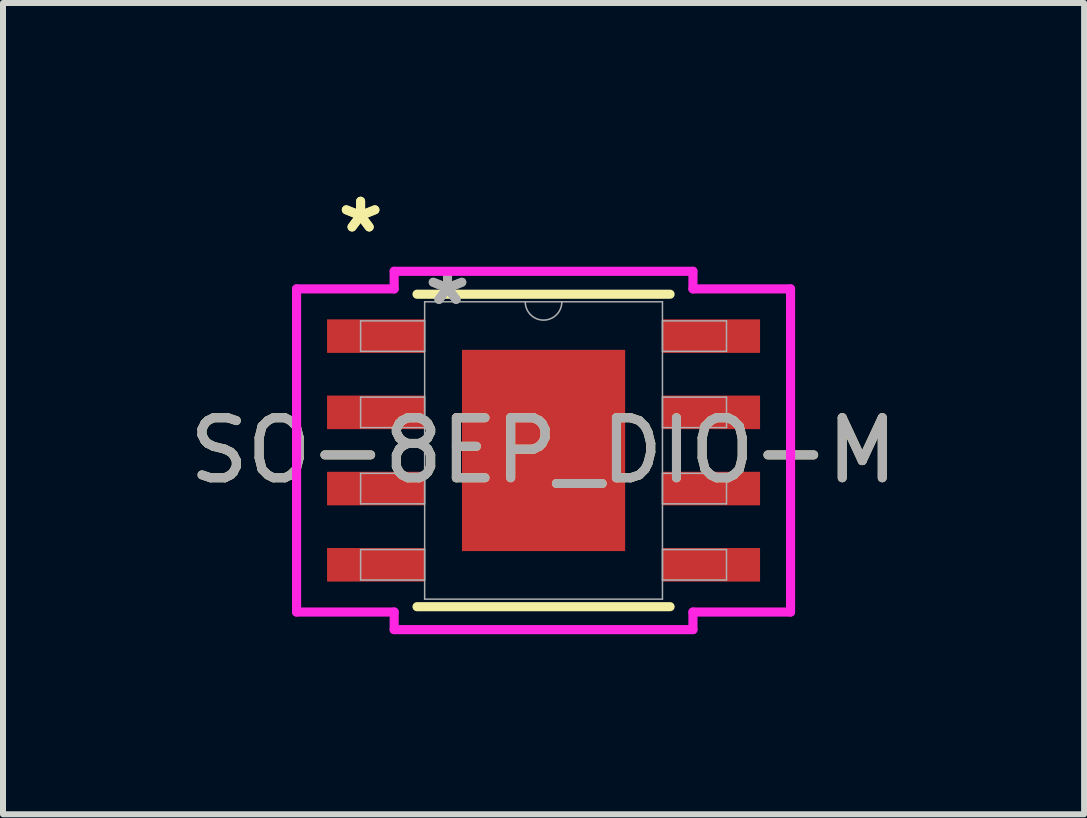
<source format=kicad_pcb>
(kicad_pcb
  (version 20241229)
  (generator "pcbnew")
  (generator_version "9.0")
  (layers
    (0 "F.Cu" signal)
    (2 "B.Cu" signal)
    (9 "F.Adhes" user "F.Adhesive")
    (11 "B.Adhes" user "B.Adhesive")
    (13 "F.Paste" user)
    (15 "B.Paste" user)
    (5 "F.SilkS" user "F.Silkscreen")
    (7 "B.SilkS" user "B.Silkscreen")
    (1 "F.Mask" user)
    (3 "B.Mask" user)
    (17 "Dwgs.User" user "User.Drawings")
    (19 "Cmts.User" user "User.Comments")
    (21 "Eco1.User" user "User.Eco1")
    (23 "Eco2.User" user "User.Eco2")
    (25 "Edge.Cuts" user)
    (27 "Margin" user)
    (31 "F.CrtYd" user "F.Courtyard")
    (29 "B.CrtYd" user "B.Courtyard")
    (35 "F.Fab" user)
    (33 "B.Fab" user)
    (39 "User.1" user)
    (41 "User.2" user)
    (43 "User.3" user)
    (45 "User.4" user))
  (footprint "SO-8EP_DIO-M"
    (layer "F.Cu")
    (at 6.006 4.455)
    (property "Reference" "SO-8EP_DIO-M" (at 0 0 0) (unlocked yes) (layer "F.SilkS") (effects (font (size 1 1) (thickness 0.15))))
    (attr smd)
    (fp_line (start -2.108 2.603) (end 2.108 2.603) (stroke (width 0.152) (type solid)) (layer "F.SilkS"))
    (fp_line (start 2.108 -2.603) (end -2.108 -2.603) (stroke (width 0.152) (type solid)) (layer "F.SilkS"))
    (fp_poly (pts (xy -1.259 -1.576) (xy -1.259 -0.1) (xy -0.1 -0.1) (xy -0.1 -1.576)) (stroke (width 0) (type solid)) (fill yes) (layer "F.Paste"))
    (fp_poly (pts (xy -1.259 0.1) (xy -1.259 1.576) (xy -0.1 1.576) (xy -0.1 0.1)) (stroke (width 0) (type solid)) (fill yes) (layer "F.Paste"))
    (fp_poly (pts (xy 0.1 -1.576) (xy 0.1 -0.1) (xy 1.259 -0.1) (xy 1.259 -1.576)) (stroke (width 0) (type solid)) (fill yes) (layer "F.Paste"))
    (fp_poly (pts (xy 0.1 0.1) (xy 0.1 1.576) (xy 1.259 1.576) (xy 1.259 0.1)) (stroke (width 0) (type solid)) (fill yes) (layer "F.Paste"))
    (fp_line (start -4.115 -2.692) (end -2.489 -2.692) (stroke (width 0.152) (type solid)) (layer "F.CrtYd"))
    (fp_line (start -4.115 2.692) (end -4.115 -2.692) (stroke (width 0.152) (type solid)) (layer "F.CrtYd"))
    (fp_line (start -4.115 2.692) (end -2.489 2.692) (stroke (width 0.152) (type solid)) (layer "F.CrtYd"))
    (fp_line (start -2.489 -2.985) (end 2.489 -2.985) (stroke (width 0.152) (type solid)) (layer "F.CrtYd"))
    (fp_line (start -2.489 -2.692) (end -2.489 -2.985) (stroke (width 0.152) (type solid)) (layer "F.CrtYd"))
    (fp_line (start -2.489 2.985) (end -2.489 2.692) (stroke (width 0.152) (type solid)) (layer "F.CrtYd"))
    (fp_line (start 2.489 -2.985) (end 2.489 -2.692) (stroke (width 0.152) (type solid)) (layer "F.CrtYd"))
    (fp_line (start 2.489 2.692) (end 2.489 2.985) (stroke (width 0.152) (type solid)) (layer "F.CrtYd"))
    (fp_line (start 2.489 2.985) (end -2.489 2.985) (stroke (width 0.152) (type solid)) (layer "F.CrtYd"))
    (fp_line (start 4.115 -2.692) (end 2.489 -2.692) (stroke (width 0.152) (type solid)) (layer "F.CrtYd"))
    (fp_line (start 4.115 -2.692) (end 4.115 2.692) (stroke (width 0.152) (type solid)) (layer "F.CrtYd"))
    (fp_line (start 4.115 2.692) (end 2.489 2.692) (stroke (width 0.152) (type solid)) (layer "F.CrtYd"))
    (fp_line (start -3.048 -2.159) (end -3.048 -1.651) (stroke (width 0.025) (type solid)) (layer "F.Fab"))
    (fp_line (start -3.048 -1.651) (end -1.981 -1.651) (stroke (width 0.025) (type solid)) (layer "F.Fab"))
    (fp_line (start -3.048 -0.889) (end -3.048 -0.381) (stroke (width 0.025) (type solid)) (layer "F.Fab"))
    (fp_line (start -3.048 -0.381) (end -1.981 -0.381) (stroke (width 0.025) (type solid)) (layer "F.Fab"))
    (fp_line (start -3.048 0.381) (end -3.048 0.889) (stroke (width 0.025) (type solid)) (layer "F.Fab"))
    (fp_line (start -3.048 0.889) (end -1.981 0.889) (stroke (width 0.025) (type solid)) (layer "F.Fab"))
    (fp_line (start -3.048 1.651) (end -3.048 2.159) (stroke (width 0.025) (type solid)) (layer "F.Fab"))
    (fp_line (start -3.048 2.159) (end -1.981 2.159) (stroke (width 0.025) (type solid)) (layer "F.Fab"))
    (fp_line (start -1.981 -2.477) (end -1.981 2.477) (stroke (width 0.025) (type solid)) (layer "F.Fab"))
    (fp_line (start -1.981 -2.159) (end -3.048 -2.159) (stroke (width 0.025) (type solid)) (layer "F.Fab"))
    (fp_line (start -1.981 -1.651) (end -1.981 -2.159) (stroke (width 0.025) (type solid)) (layer "F.Fab"))
    (fp_line (start -1.981 -0.889) (end -3.048 -0.889) (stroke (width 0.025) (type solid)) (layer "F.Fab"))
    (fp_line (start -1.981 -0.381) (end -1.981 -0.889) (stroke (width 0.025) (type solid)) (layer "F.Fab"))
    (fp_line (start -1.981 0.381) (end -3.048 0.381) (stroke (width 0.025) (type solid)) (layer "F.Fab"))
    (fp_line (start -1.981 0.889) (end -1.981 0.381) (stroke (width 0.025) (type solid)) (layer "F.Fab"))
    (fp_line (start -1.981 1.651) (end -3.048 1.651) (stroke (width 0.025) (type solid)) (layer "F.Fab"))
    (fp_line (start -1.981 2.159) (end -1.981 1.651) (stroke (width 0.025) (type solid)) (layer "F.Fab"))
    (fp_line (start -1.981 2.477) (end 1.981 2.477) (stroke (width 0.025) (type solid)) (layer "F.Fab"))
    (fp_line (start 1.981 -2.477) (end -1.981 -2.477) (stroke (width 0.025) (type solid)) (layer "F.Fab"))
    (fp_line (start 1.981 -2.159) (end 1.981 -1.651) (stroke (width 0.025) (type solid)) (layer "F.Fab"))
    (fp_line (start 1.981 -1.651) (end 3.048 -1.651) (stroke (width 0.025) (type solid)) (layer "F.Fab"))
    (fp_line (start 1.981 -0.889) (end 1.981 -0.381) (stroke (width 0.025) (type solid)) (layer "F.Fab"))
    (fp_line (start 1.981 -0.381) (end 3.048 -0.381) (stroke (width 0.025) (type solid)) (layer "F.Fab"))
    (fp_line (start 1.981 0.381) (end 1.981 0.889) (stroke (width 0.025) (type solid)) (layer "F.Fab"))
    (fp_line (start 1.981 0.889) (end 3.048 0.889) (stroke (width 0.025) (type solid)) (layer "F.Fab"))
    (fp_line (start 1.981 1.651) (end 1.981 2.159) (stroke (width 0.025) (type solid)) (layer "F.Fab"))
    (fp_line (start 1.981 2.159) (end 3.048 2.159) (stroke (width 0.025) (type solid)) (layer "F.Fab"))
    (fp_line (start 1.981 2.477) (end 1.981 -2.477) (stroke (width 0.025) (type solid)) (layer "F.Fab"))
    (fp_line (start 3.048 -2.159) (end 1.981 -2.159) (stroke (width 0.025) (type solid)) (layer "F.Fab"))
    (fp_line (start 3.048 -1.651) (end 3.048 -2.159) (stroke (width 0.025) (type solid)) (layer "F.Fab"))
    (fp_line (start 3.048 -0.889) (end 1.981 -0.889) (stroke (width 0.025) (type solid)) (layer "F.Fab"))
    (fp_line (start 3.048 -0.381) (end 3.048 -0.889) (stroke (width 0.025) (type solid)) (layer "F.Fab"))
    (fp_line (start 3.048 0.381) (end 1.981 0.381) (stroke (width 0.025) (type solid)) (layer "F.Fab"))
    (fp_line (start 3.048 0.889) (end 3.048 0.381) (stroke (width 0.025) (type solid)) (layer "F.Fab"))
    (fp_line (start 3.048 1.651) (end 1.981 1.651) (stroke (width 0.025) (type solid)) (layer "F.Fab"))
    (fp_line (start 3.048 2.159) (end 3.048 1.651) (stroke (width 0.025) (type solid)) (layer "F.Fab"))
    (fp_arc (start 0.3048 -2.4765) (mid 0 -2.1717) (end -0.3048 -2.4765) (stroke (width 0.0254) (type solid)) (layer "F.Fab"))
    (fp_text user "*" (at -3.048 -3.607 0) (unlocked yes) (layer "F.SilkS") (effects (font (size 1 1) (thickness 0.15))))
    (fp_text user "*" (at -3.048 -3.607 0) (layer "F.SilkS") (effects (font (size 1 1) (thickness 0.15))))
    (fp_text user "*" (at -1.6 -2.4 0) (layer "F.Fab") (effects (font (size 1 1) (thickness 0.15))))
    (fp_text user "${REFERENCE}" (at 0 0 0) (unlocked yes) (layer "F.Fab") (effects (font (size 1 1) (thickness 0.15))))
    (fp_text user "*" (at -1.6 -2.4 0) (unlocked yes) (layer "F.Fab") (effects (font (size 1 1) (thickness 0.15))))
    (pad "1" smd rect (at -2.794 -1.905) (size 1.626 0.559) (layers "F.Cu" "F.Mask" "F.Paste"))
    (pad "2" smd rect (at -2.794 -0.635) (size 1.626 0.559) (layers "F.Cu" "F.Mask" "F.Paste"))
    (pad "3" smd rect (at -2.794 0.635) (size 1.626 0.559) (layers "F.Cu" "F.Mask" "F.Paste"))
    (pad "4" smd rect (at -2.794 1.905) (size 1.626 0.559) (layers "F.Cu" "F.Mask" "F.Paste"))
    (pad "5" smd rect (at 2.794 1.905) (size 1.626 0.559) (layers "F.Cu" "F.Mask" "F.Paste"))
    (pad "6" smd rect (at 2.794 0.635) (size 1.626 0.559) (layers "F.Cu" "F.Mask" "F.Paste"))
    (pad "7" smd rect (at 2.794 -0.635) (size 1.626 0.559) (layers "F.Cu" "F.Mask" "F.Paste"))
    (pad "8" smd rect (at 2.794 -1.905) (size 1.626 0.559) (layers "F.Cu" "F.Mask" "F.Paste"))
    (pad "EPAD" smd rect (at 0 0) (size 2.718 3.353) (layers "F.Cu" "F.Mask")))
  (gr_rect
    (start -3 -3)
    (end 15.012 10.516)
    (stroke (width 0.1) (type default))
    (fill no)
    (layer "Edge.Cuts")))
</source>
